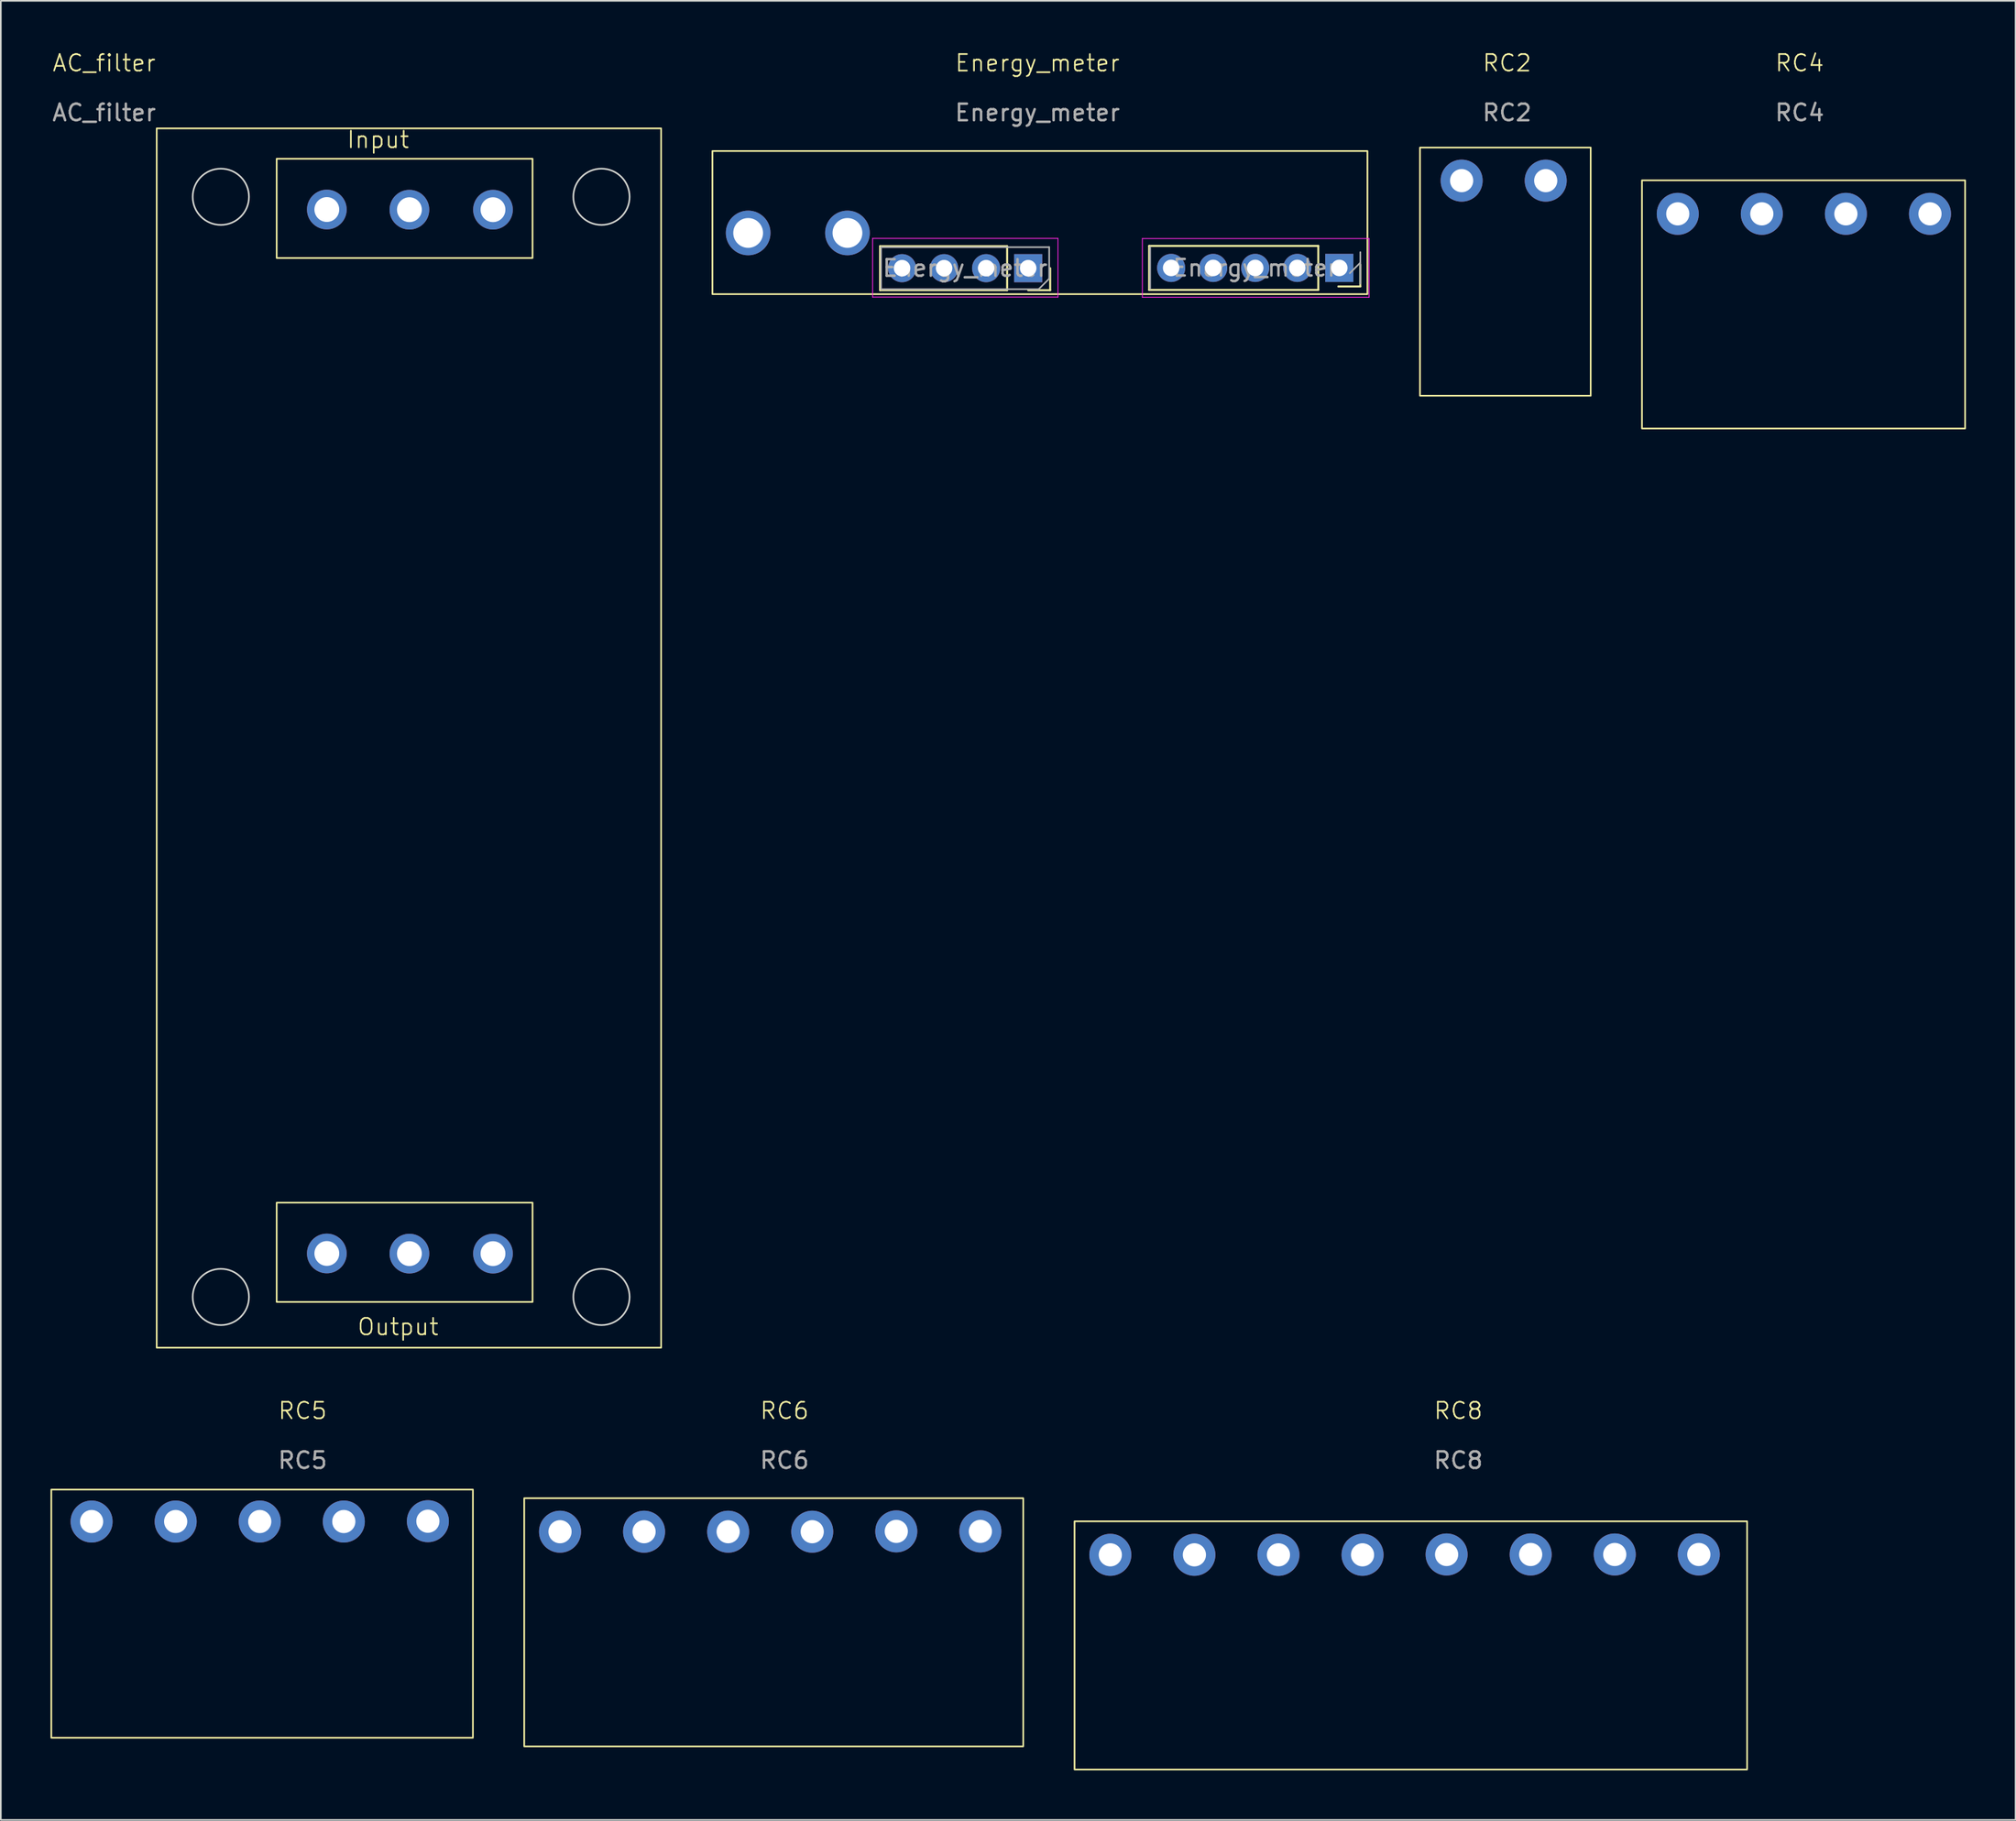
<source format=kicad_pcb>
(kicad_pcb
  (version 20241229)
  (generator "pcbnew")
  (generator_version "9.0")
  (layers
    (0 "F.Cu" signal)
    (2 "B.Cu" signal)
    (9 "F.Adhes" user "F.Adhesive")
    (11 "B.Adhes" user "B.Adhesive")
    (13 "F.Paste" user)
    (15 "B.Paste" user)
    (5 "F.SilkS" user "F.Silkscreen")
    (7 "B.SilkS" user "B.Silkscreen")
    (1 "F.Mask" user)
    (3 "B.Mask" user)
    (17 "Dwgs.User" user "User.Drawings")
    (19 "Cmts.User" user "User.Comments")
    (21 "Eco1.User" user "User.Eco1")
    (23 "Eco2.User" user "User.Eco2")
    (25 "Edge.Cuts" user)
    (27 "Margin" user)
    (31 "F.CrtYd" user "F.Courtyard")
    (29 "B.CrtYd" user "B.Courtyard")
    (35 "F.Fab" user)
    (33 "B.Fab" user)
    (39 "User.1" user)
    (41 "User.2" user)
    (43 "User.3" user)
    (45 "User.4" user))
  (footprint "RC6"
    (layer "F.Cu")
    (at 44.353 82.721)
    (property "Reference" "RC6" (at 0 -0.5 0) (unlocked yes) (layer "F.SilkS") (effects (font (size 1 1) (thickness 0.1))))
    (attr smd)
    (fp_rect (start -15.726 4.787) (end 14.427 19.787) (stroke (width 0.1) (type solid)) (fill no) (layer "F.SilkS"))
    (fp_text user "${REFERENCE}" (at 0 2.5 0) (unlocked yes) (layer "F.Fab") (effects (font (size 1 1) (thickness 0.15))))
    (pad "1" thru_hole circle (at -13.564 6.813) (size 2.54 2.54) (drill 1.4) (layers "*.Cu" "*.Mask"))
    (pad "2" thru_hole circle (at -8.484 6.813) (size 2.54 2.54) (drill 1.4) (layers "*.Cu" "*.Mask"))
    (pad "3" thru_hole circle (at -3.404 6.813) (size 2.54 2.54) (drill 1.4) (layers "*.Cu" "*.Mask"))
    (pad "4" thru_hole circle (at 1.676 6.813) (size 2.54 2.54) (drill 1.4) (layers "*.Cu" "*.Mask"))
    (pad "5" thru_hole circle (at 6.756 6.793) (size 2.54 2.54) (drill 1.4) (layers "*.Cu" "*.Mask"))
    (pad "6" thru_hole circle (at 11.836 6.793) (size 2.54 2.54) (drill 1.4) (layers "*.Cu" "*.Mask")))
  (footprint "RC8"
    (layer "F.Cu")
    (at 85.07 82.721)
    (property "Reference" "RC8" (at 0 -0.5 0) (unlocked yes) (layer "F.SilkS") (effects (font (size 1 1) (thickness 0.1))))
    (attr through_hole)
    (fp_rect (start -23.19 6.184) (end 17.45 21.184) (stroke (width 0.1) (type solid)) (fill no) (layer "F.SilkS"))
    (fp_text user "${REFERENCE}" (at 0 2.5 0) (unlocked yes) (layer "F.Fab") (effects (font (size 1 1) (thickness 0.15))))
    (pad "1" thru_hole circle (at -21.028 8.21) (size 2.54 2.54) (drill 1.4) (layers "*.Cu" "*.Mask"))
    (pad "2" thru_hole circle (at -15.948 8.21) (size 2.54 2.54) (drill 1.4) (layers "*.Cu" "*.Mask"))
    (pad "3" thru_hole circle (at -10.868 8.21) (size 2.54 2.54) (drill 1.4) (layers "*.Cu" "*.Mask"))
    (pad "4" thru_hole circle (at -5.788 8.21) (size 2.54 2.54) (drill 1.4) (layers "*.Cu" "*.Mask"))
    (pad "5" thru_hole circle (at -0.708 8.19) (size 2.54 2.54) (drill 1.4) (layers "*.Cu" "*.Mask"))
    (pad "6" thru_hole circle (at 4.372 8.19) (size 2.54 2.54) (drill 1.4) (layers "*.Cu" "*.Mask"))
    (pad "7" thru_hole circle (at 9.452 8.19) (size 2.54 2.54) (drill 1.4) (layers "*.Cu" "*.Mask"))
    (pad "8" thru_hole circle (at 14.532 8.19) (size 2.54 2.54) (drill 1.4) (layers "*.Cu" "*.Mask")))
  (footprint "RC5"
    (layer "F.Cu")
    (at 15.236 82.721)
    (property "Reference" "RC5" (at 0 -0.5 0) (unlocked yes) (layer "F.SilkS") (effects (font (size 1 1) (thickness 0.1))))
    (attr smd)
    (fp_rect (start -15.186 4.266) (end 10.29 19.266) (stroke (width 0.1) (type solid)) (fill no) (layer "F.SilkS"))
    (fp_text user "${REFERENCE}" (at 0 2.5 0) (unlocked yes) (layer "F.Fab") (effects (font (size 1 1) (thickness 0.15))))
    (pad "1" thru_hole circle (at -12.751 6.198) (size 2.54 2.54) (drill 1.4) (layers "*.Cu" "*.Mask"))
    (pad "2" thru_hole circle (at -7.671 6.198) (size 2.54 2.54) (drill 1.4) (layers "*.Cu" "*.Mask"))
    (pad "3" thru_hole circle (at -2.591 6.198) (size 2.54 2.54) (drill 1.4) (layers "*.Cu" "*.Mask"))
    (pad "4" thru_hole circle (at 2.489 6.198) (size 2.54 2.54) (drill 1.4) (layers "*.Cu" "*.Mask"))
    (pad "5" thru_hole circle (at 7.569 6.178) (size 2.54 2.54) (drill 1.4) (layers "*.Cu" "*.Mask")))
  (footprint "AC_filter"
    (layer "F.Cu")
    (at 6.419 4.71)
    (property "Reference" "AC_filter" (at -3.175 -3.95 0) (unlocked yes) (layer "F.SilkS") (effects (font (size 1 1) (thickness 0.1))))
    (attr through_hole)
    (fp_rect (start 0 0) (end 30.48 73.7) (stroke (width 0.1) (type solid)) (fill no) (layer "F.SilkS"))
    (fp_rect (start 7.25 1.835) (end 22.71 7.835) (stroke (width 0.1) (type default)) (fill no) (layer "F.SilkS"))
    (fp_rect (start 7.25 64.935) (end 22.71 70.935) (stroke (width 0.1) (type default)) (fill no) (layer "F.SilkS"))
    (fp_circle (center 3.875 4.135) (end 5.575 4.135) (stroke (width 0.1) (type solid)) (fill no) (layer "Edge.Cuts"))
    (fp_circle (center 3.875 70.635) (end 5.575 70.635) (stroke (width 0.1) (type solid)) (fill no) (layer "Edge.Cuts"))
    (fp_circle (center 26.875 4.135) (end 28.575 4.135) (stroke (width 0.1) (type solid)) (fill no) (layer "Edge.Cuts"))
    (fp_circle (center 26.875 70.635) (end 28.575 70.635) (stroke (width 0.1) (type solid)) (fill no) (layer "Edge.Cuts"))
    (fp_text user "Output" (at 12.065 73.025 0) (unlocked yes) (layer "F.SilkS") (effects (font (size 1 1) (thickness 0.1)) (justify left bottom)))
    (fp_text user "Input" (at 11.43 1.27 0) (unlocked yes) (layer "F.SilkS") (effects (font (size 1 1) (thickness 0.1)) (justify left bottom)))
    (fp_text user "${REFERENCE}" (at -3.175 -0.95 0) (unlocked yes) (layer "F.Fab") (effects (font (size 1 1) (thickness 0.15))))
    (pad "1" thru_hole circle (at 10.28 4.905) (size 2.4 2.4) (drill 1.5) (layers "*.Cu" "*.Mask"))
    (pad "2" thru_hole circle (at 15.27 4.915) (size 2.4 2.4) (drill 1.5) (layers "*.Cu" "*.Mask"))
    (pad "3" thru_hole circle (at 20.32 4.915) (size 2.4 2.4) (drill 1.5) (layers "*.Cu" "*.Mask"))
    (pad "4" thru_hole circle (at 10.28 68.005) (size 2.4 2.4) (drill 1.5) (layers "*.Cu" "*.Mask"))
    (pad "5" thru_hole circle (at 15.27 68.015) (size 2.4 2.4) (drill 1.5) (layers "*.Cu" "*.Mask"))
    (pad "6" thru_hole circle (at 20.32 68.015) (size 2.4 2.4) (drill 1.5) (layers "*.Cu" "*.Mask")))
  (footprint "RC4"
    (layer "F.Cu")
    (at 105.693 1.26)
    (property "Reference" "RC4" (at 0 -0.5 0) (unlocked yes) (layer "F.SilkS") (effects (font (size 1 1) (thickness 0.1))))
    (attr through_hole)
    (fp_rect (start -9.525 6.59) (end 10 21.59) (stroke (width 0.1) (type solid)) (fill no) (layer "F.SilkS"))
    (fp_text user "${REFERENCE}" (at 0 2.5 0) (unlocked yes) (layer "F.Fab") (effects (font (size 1 1) (thickness 0.15))))
    (pad "1" thru_hole circle (at -7.363 8.616) (size 2.54 2.54) (drill 1.4) (layers "*.Cu" "*.Mask"))
    (pad "2" thru_hole circle (at -2.283 8.616) (size 2.54 2.54) (drill 1.4) (layers "*.Cu" "*.Mask"))
    (pad "3" thru_hole circle (at 2.797 8.616) (size 2.54 2.54) (drill 1.4) (layers "*.Cu" "*.Mask"))
    (pad "4" thru_hole circle (at 7.877 8.616) (size 2.54 2.54) (drill 1.4) (layers "*.Cu" "*.Mask")))
  (footprint "Energy_meter"
    (layer "F.Cu")
    (at 59.638 1.26)
    (property "Reference" "Energy_meter" (at 0 -0.5 0) (unlocked yes) (layer "F.SilkS") (effects (font (size 1 1) (thickness 0.1))))
    (attr through_hole)
    (fp_line (start -9.51 10.57) (end -9.51 13.23) (stroke (width 0.12) (type solid)) (layer "F.SilkS"))
    (fp_line (start -1.83 10.57) (end -9.51 10.57) (stroke (width 0.12) (type solid)) (layer "F.SilkS"))
    (fp_line (start -1.83 10.57) (end -1.83 13.23) (stroke (width 0.12) (type solid)) (layer "F.SilkS"))
    (fp_line (start -1.83 13.23) (end -9.51 13.23) (stroke (width 0.12) (type solid)) (layer "F.SilkS"))
    (fp_line (start 0.77 11.9) (end 0.77 13.23) (stroke (width 0.12) (type solid)) (layer "F.SilkS"))
    (fp_line (start 0.77 13.23) (end -0.56 13.23) (stroke (width 0.12) (type solid)) (layer "F.SilkS"))
    (fp_line (start 6.75 10.555) (end 6.75 13.215) (stroke (width 0.12) (type solid)) (layer "F.SilkS"))
    (fp_line (start 16.97 10.555) (end 6.75 10.555) (stroke (width 0.12) (type solid)) (layer "F.SilkS"))
    (fp_line (start 16.97 10.555) (end 16.97 13.215) (stroke (width 0.12) (type solid)) (layer "F.SilkS"))
    (fp_line (start 16.97 13.215) (end 6.75 13.215) (stroke (width 0.12) (type solid)) (layer "F.SilkS"))
    (fp_line (start 19.51 11.675) (end 19.51 13.005) (stroke (width 0.12) (type solid)) (layer "F.SilkS"))
    (fp_line (start 19.51 13.005) (end 18.18 13.005) (stroke (width 0.12) (type solid)) (layer "F.SilkS"))
    (fp_rect (start -19.639 4.819) (end 19.941 13.469) (stroke (width 0.1) (type default)) (fill no) (layer "F.SilkS"))
    (fp_line (start -9.96 10.1) (end 1.24 10.1) (stroke (width 0.05) (type solid)) (layer "F.CrtYd"))
    (fp_line (start -9.96 13.65) (end -9.96 10.1) (stroke (width 0.05) (type solid)) (layer "F.CrtYd"))
    (fp_line (start 1.24 10.1) (end 1.24 13.65) (stroke (width 0.05) (type solid)) (layer "F.CrtYd"))
    (fp_line (start 1.24 13.65) (end -9.96 13.65) (stroke (width 0.05) (type solid)) (layer "F.CrtYd"))
    (fp_line (start 6.34 10.11) (end 20.04 10.11) (stroke (width 0.05) (type solid)) (layer "F.CrtYd"))
    (fp_line (start 6.34 13.66) (end 6.34 10.11) (stroke (width 0.05) (type solid)) (layer "F.CrtYd"))
    (fp_line (start 20.04 10.11) (end 20.04 13.66) (stroke (width 0.05) (type solid)) (layer "F.CrtYd"))
    (fp_line (start 20.04 13.66) (end 6.34 13.66) (stroke (width 0.05) (type solid)) (layer "F.CrtYd"))
    (fp_line (start -9.45 10.63) (end 0.71 10.63) (stroke (width 0.1) (type solid)) (layer "F.Fab"))
    (fp_line (start -9.45 13.17) (end -9.45 10.63) (stroke (width 0.1) (type solid)) (layer "F.Fab"))
    (fp_line (start 0.075 13.17) (end -9.45 13.17) (stroke (width 0.1) (type solid)) (layer "F.Fab"))
    (fp_line (start 0.71 10.63) (end 0.71 12.535) (stroke (width 0.1) (type solid)) (layer "F.Fab"))
    (fp_line (start 0.71 12.535) (end 0.075 13.17) (stroke (width 0.1) (type solid)) (layer "F.Fab"))
    (fp_line (start 6.81 13.155) (end 6.81 10.615) (stroke (width 0.1) (type solid)) (layer "F.Fab"))
    (fp_line (start 19.51 10.932) (end 19.51 12.838) (stroke (width 0.1) (type solid)) (layer "F.Fab"))
    (fp_line (start 19.51 11.568) (end 18.875 12.203) (stroke (width 0.1) (type solid)) (layer "F.Fab"))
    (fp_text user "${REFERENCE}" (at -4.37 11.9 0) (layer "F.Fab") (effects (font (size 1 1) (thickness 0.15))))
    (fp_text user "${REFERENCE}" (at 13.16 11.885 0) (layer "F.Fab") (effects (font (size 1 1) (thickness 0.15))))
    (fp_text user "${REFERENCE}" (at 0 2.5 0) (unlocked yes) (layer "F.Fab") (effects (font (size 1 1) (thickness 0.15))))
    (pad "G" thru_hole rect (at 18.24 11.885 270) (size 1.7 1.7) (drill 1) (layers "*.Cu" "*.Mask"))
    (pad "IN" thru_hole circle (at -11.48 9.77) (size 2.7 2.7) (drill 1.8) (layers "*.Cu" "*.Mask"))
    (pad "L" thru_hole oval (at -8.18 11.9 270) (size 1.7 1.7) (drill 1) (layers "*.Cu" "*.Mask"))
    (pad "N" thru_hole rect (at -0.56 11.9 270) (size 1.7 1.7) (drill 1) (layers "*.Cu" "*.Mask"))
    (pad "NC1" thru_hole oval (at -3.1 11.9 270) (size 1.7 1.7) (drill 1) (layers "*.Cu" "*.Mask"))
    (pad "NC2" thru_hole oval (at -5.64 11.9 270) (size 1.7 1.7) (drill 1) (layers "*.Cu" "*.Mask"))
    (pad "OUT" thru_hole circle (at -17.48 9.77) (size 2.7 2.7) (drill 1.8) (layers "*.Cu" "*.Mask"))
    (pad "PF" thru_hole oval (at 8.08 11.885 270) (size 1.7 1.7) (drill 1) (layers "*.Cu" "*.Mask"))
    (pad "RX" thru_hole oval (at 13.16 11.885 270) (size 1.7 1.7) (drill 1) (layers "*.Cu" "*.Mask"))
    (pad "TX" thru_hole oval (at 10.62 11.885 270) (size 1.7 1.7) (drill 1) (layers "*.Cu" "*.Mask"))
    (pad "VCC" thru_hole oval (at 15.7 11.885 270) (size 1.7 1.7) (drill 1) (layers "*.Cu" "*.Mask")))
  (footprint "RC2"
    (layer "F.Cu")
    (at 88.014 1.26)
    (property "Reference" "RC2" (at 0 -0.5 0) (unlocked yes) (layer "F.SilkS") (effects (font (size 1 1) (thickness 0.1))))
    (attr smd)
    (fp_rect (start -5.26 4.609) (end 5.055 19.609) (stroke (width 0.1) (type solid)) (fill no) (layer "F.SilkS"))
    (fp_text user "${REFERENCE}" (at 0 2.5 0) (unlocked yes) (layer "F.Fab") (effects (font (size 1 1) (thickness 0.15))))
    (pad "1" thru_hole circle (at -2.743 6.609) (size 2.54 2.54) (drill 1.4) (layers "*.Cu" "*.Mask"))
    (pad "2" thru_hole circle (at 2.337 6.609) (size 2.54 2.54) (drill 1.4) (layers "*.Cu" "*.Mask")))
  (gr_rect
    (start -3 -3)
    (end 118.743 106.955)
    (stroke (width 0.1) (type default))
    (fill no)
    (layer "Edge.Cuts")))
</source>
